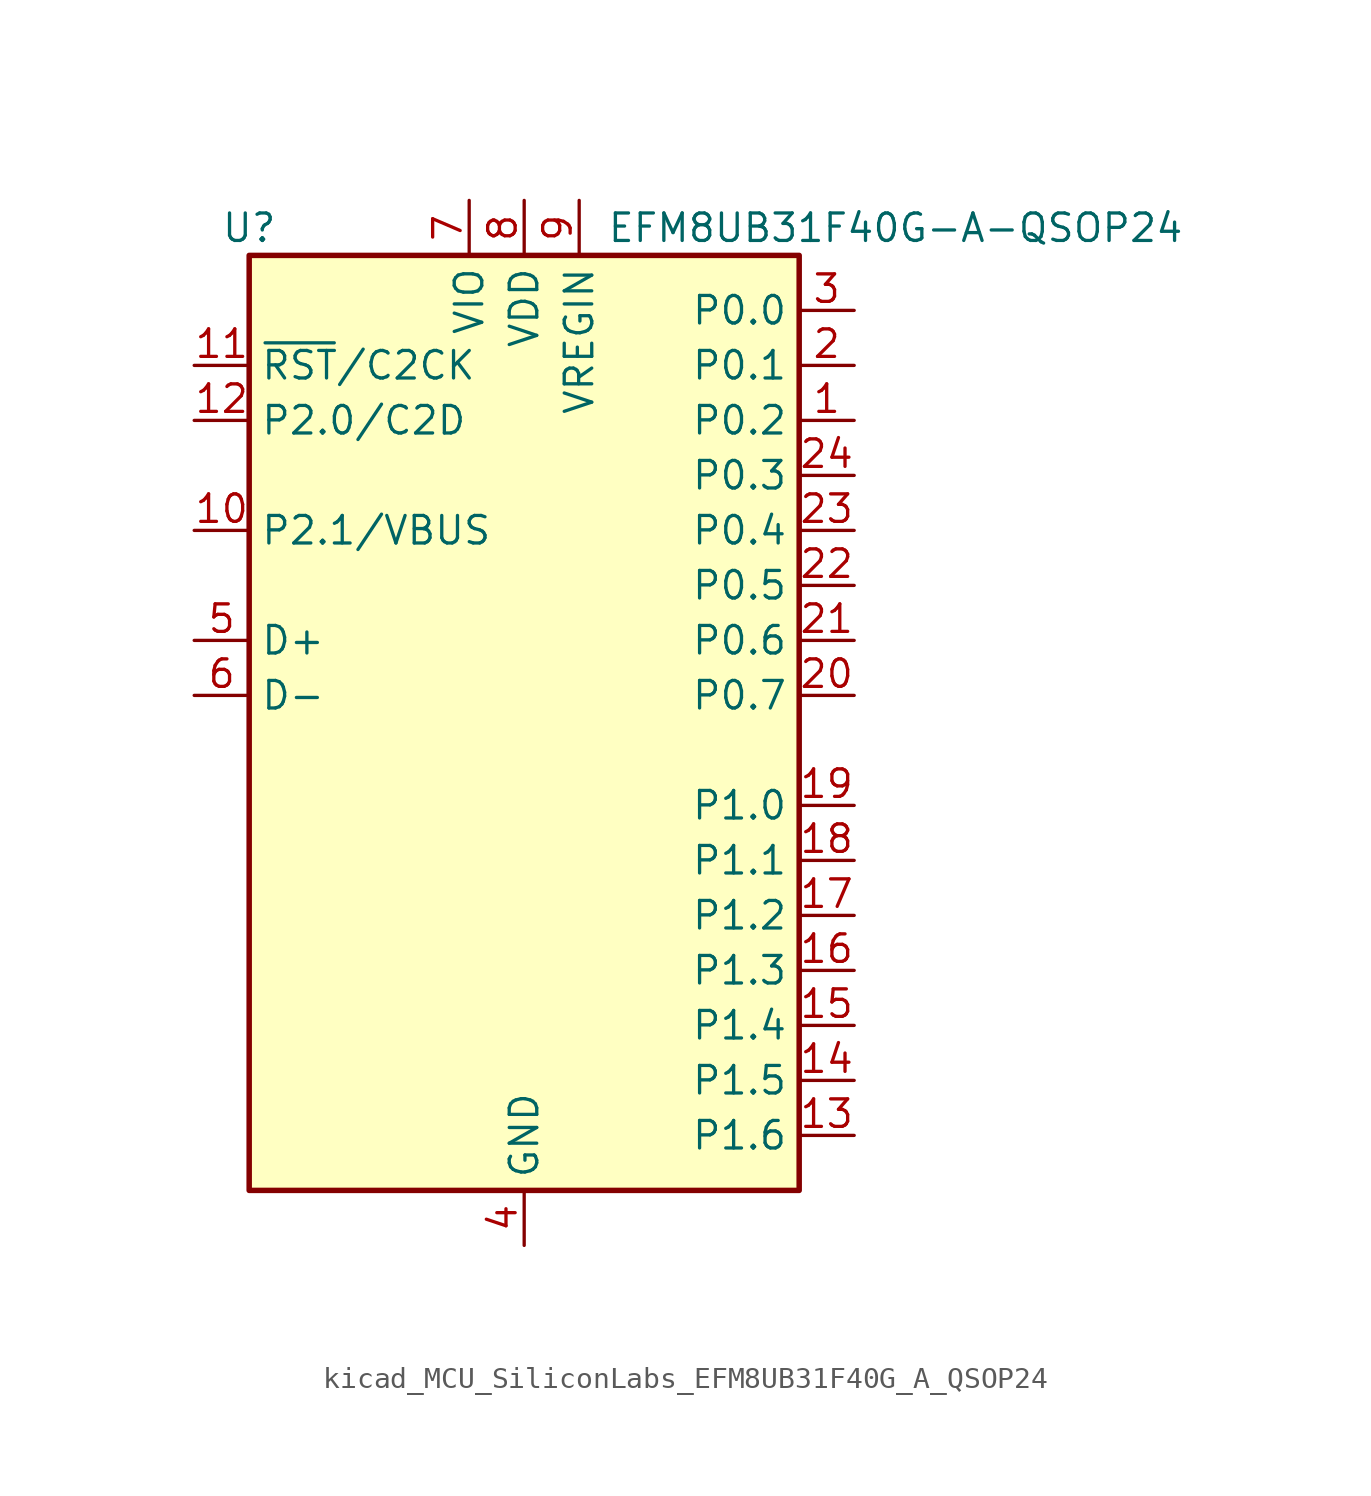
<source format=kicad_sym>
(kicad_symbol_lib
  (version 20220914)
  (generator kicad_symbol_editor)
  (symbol "kicad_MCU_SiliconLabs_EFM8UB31F40G_A_QSOP24"
    (property "Reference" "U"
      (at -12.7 24.13 0)
      (effects (font (size 1.27 1.27))))
    (property "Value" "EFM8UB31F40G-A-QSOP24"
      (at 3.81 24.13 0)
      (effects (font (size 1.27 1.27)) (justify left)))
    (symbol "kicad_MCU_SiliconLabs_EFM8UB31F40G_A_QSOP24_1_1"
      (rectangle (start -12.7 22.86) (end 12.7 -20.32) (stroke (width 0.254) (type default)) (fill (type background)))
      (pin bidirectional line (at 15.24 15.24 180) (length 2.54) (name "P0.2" (effects (font (size 1.27 1.27)))) (number "1" (effects (font (size 1.27 1.27)))))
      (pin bidirectional line (at -15.24 10.16 0) (length 2.54) (name "P2.1/VBUS" (effects (font (size 1.27 1.27)))) (number "10" (effects (font (size 1.27 1.27)))))
      (pin bidirectional line (at -15.24 17.78 0) (length 2.54) (name "~{RST}/C2CK" (effects (font (size 1.27 1.27)))) (number "11" (effects (font (size 1.27 1.27)))))
      (pin bidirectional line (at -15.24 15.24 0) (length 2.54) (name "P2.0/C2D" (effects (font (size 1.27 1.27)))) (number "12" (effects (font (size 1.27 1.27)))))
      (pin bidirectional line (at 15.24 -17.78 180) (length 2.54) (name "P1.6" (effects (font (size 1.27 1.27)))) (number "13" (effects (font (size 1.27 1.27)))))
      (pin bidirectional line (at 15.24 -15.24 180) (length 2.54) (name "P1.5" (effects (font (size 1.27 1.27)))) (number "14" (effects (font (size 1.27 1.27)))))
      (pin bidirectional line (at 15.24 -12.7 180) (length 2.54) (name "P1.4" (effects (font (size 1.27 1.27)))) (number "15" (effects (font (size 1.27 1.27)))))
      (pin bidirectional line (at 15.24 -10.16 180) (length 2.54) (name "P1.3" (effects (font (size 1.27 1.27)))) (number "16" (effects (font (size 1.27 1.27)))))
      (pin bidirectional line (at 15.24 -7.62 180) (length 2.54) (name "P1.2" (effects (font (size 1.27 1.27)))) (number "17" (effects (font (size 1.27 1.27)))))
      (pin bidirectional line (at 15.24 -5.08 180) (length 2.54) (name "P1.1" (effects (font (size 1.27 1.27)))) (number "18" (effects (font (size 1.27 1.27)))))
      (pin bidirectional line (at 15.24 -2.54 180) (length 2.54) (name "P1.0" (effects (font (size 1.27 1.27)))) (number "19" (effects (font (size 1.27 1.27)))))
      (pin bidirectional line (at 15.24 17.78 180) (length 2.54) (name "P0.1" (effects (font (size 1.27 1.27)))) (number "2" (effects (font (size 1.27 1.27)))))
      (pin bidirectional line (at 15.24 2.54 180) (length 2.54) (name "P0.7" (effects (font (size 1.27 1.27)))) (number "20" (effects (font (size 1.27 1.27)))))
      (pin bidirectional line (at 15.24 5.08 180) (length 2.54) (name "P0.6" (effects (font (size 1.27 1.27)))) (number "21" (effects (font (size 1.27 1.27)))))
      (pin bidirectional line (at 15.24 7.62 180) (length 2.54) (name "P0.5" (effects (font (size 1.27 1.27)))) (number "22" (effects (font (size 1.27 1.27)))))
      (pin bidirectional line (at 15.24 10.16 180) (length 2.54) (name "P0.4" (effects (font (size 1.27 1.27)))) (number "23" (effects (font (size 1.27 1.27)))))
      (pin bidirectional line (at 15.24 12.7 180) (length 2.54) (name "P0.3" (effects (font (size 1.27 1.27)))) (number "24" (effects (font (size 1.27 1.27)))))
      (pin bidirectional line (at 15.24 20.32 180) (length 2.54) (name "P0.0" (effects (font (size 1.27 1.27)))) (number "3" (effects (font (size 1.27 1.27)))))
      (pin power_in line (at 0 -22.86 90) (length 2.54) (name "GND" (effects (font (size 1.27 1.27)))) (number "4" (effects (font (size 1.27 1.27)))))
      (pin bidirectional line (at -15.24 5.08 0) (length 2.54) (name "D+" (effects (font (size 1.27 1.27)))) (number "5" (effects (font (size 1.27 1.27)))))
      (pin bidirectional line (at -15.24 2.54 0) (length 2.54) (name "D-" (effects (font (size 1.27 1.27)))) (number "6" (effects (font (size 1.27 1.27)))))
      (pin power_in line (at -2.54 25.4 270) (length 2.54) (name "VIO" (effects (font (size 1.27 1.27)))) (number "7" (effects (font (size 1.27 1.27)))))
      (pin power_in line (at 0 25.4 270) (length 2.54) (name "VDD" (effects (font (size 1.27 1.27)))) (number "8" (effects (font (size 1.27 1.27)))))
      (pin power_in line (at 2.54 25.4 270) (length 2.54) (name "VREGIN" (effects (font (size 1.27 1.27)))) (number "9" (effects (font (size 1.27 1.27))))))))
</source>
